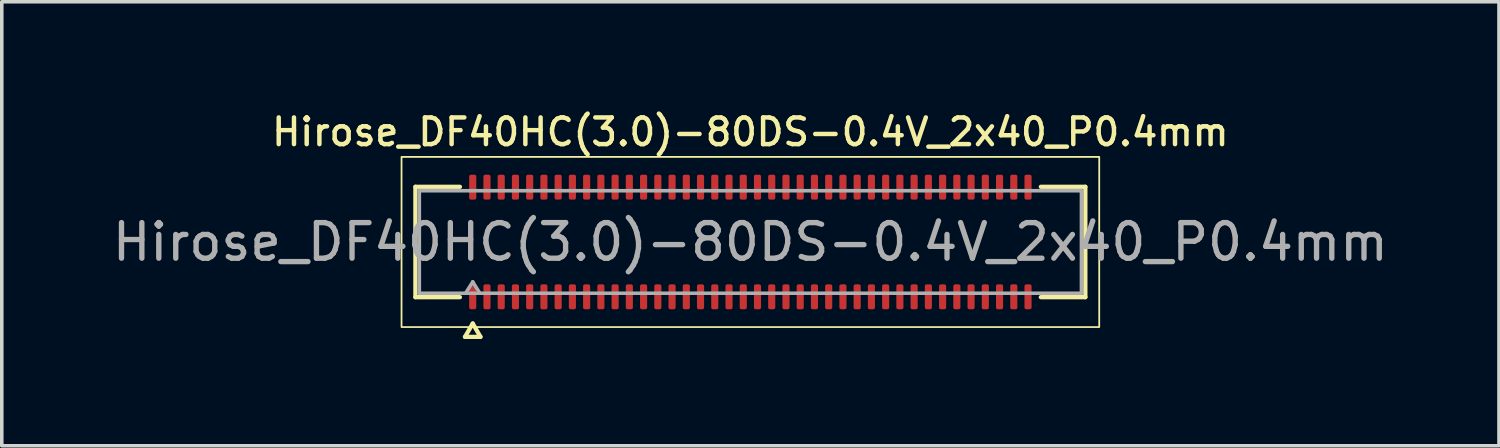
<source format=kicad_pcb>
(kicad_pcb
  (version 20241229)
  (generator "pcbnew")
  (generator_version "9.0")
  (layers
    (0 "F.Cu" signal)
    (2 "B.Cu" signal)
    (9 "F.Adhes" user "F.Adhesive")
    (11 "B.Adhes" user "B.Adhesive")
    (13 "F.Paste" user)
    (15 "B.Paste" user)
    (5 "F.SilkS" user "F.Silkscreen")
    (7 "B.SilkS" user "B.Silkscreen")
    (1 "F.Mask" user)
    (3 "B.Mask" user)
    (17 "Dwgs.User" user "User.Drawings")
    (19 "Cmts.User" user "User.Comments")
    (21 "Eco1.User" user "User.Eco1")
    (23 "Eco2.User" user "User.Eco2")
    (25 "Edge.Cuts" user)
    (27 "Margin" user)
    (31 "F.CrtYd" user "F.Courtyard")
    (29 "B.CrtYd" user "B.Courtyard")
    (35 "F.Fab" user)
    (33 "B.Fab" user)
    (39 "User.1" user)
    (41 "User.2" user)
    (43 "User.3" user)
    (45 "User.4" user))
  (footprint "Hirose_DF40HC(3.0)-80DS-0.4V_2x40_P0.4mm"
    (layer "F.Cu")
    (at 18.03 3.748)
    (property "Reference" "Hirose_DF40HC(3.0)-80DS-0.4V_2x40_P0.4mm" (at 0 -3.09 0) (layer "F.SilkS") (effects (font (size 0.75 0.75) (thickness 0.125))))
    (attr smd)
    (fp_line (start -9.41 -1.55) (end -8.16 -1.55) (stroke (width 0.12) (type solid)) (layer "F.SilkS"))
    (fp_line (start -9.41 1.55) (end -9.41 -1.55) (stroke (width 0.12) (type solid)) (layer "F.SilkS"))
    (fp_line (start -8.16 1.55) (end -9.41 1.55) (stroke (width 0.12) (type solid)) (layer "F.SilkS"))
    (fp_line (start -8.017 2.665) (end -7.8 2.29) (stroke (width 0.12) (type solid)) (layer "F.SilkS"))
    (fp_line (start -7.8 2.29) (end -7.583 2.665) (stroke (width 0.12) (type solid)) (layer "F.SilkS"))
    (fp_line (start -7.583 2.665) (end -8.017 2.665) (stroke (width 0.12) (type solid)) (layer "F.SilkS"))
    (fp_line (start 8.16 -1.55) (end 9.41 -1.55) (stroke (width 0.12) (type solid)) (layer "F.SilkS"))
    (fp_line (start 9.41 -1.55) (end 9.41 1.55) (stroke (width 0.12) (type solid)) (layer "F.SilkS"))
    (fp_line (start 9.41 1.55) (end 8.16 1.55) (stroke (width 0.12) (type solid)) (layer "F.SilkS"))
    (fp_rect (start -9.8 -2.39) (end 9.8 2.39) (stroke (width 0.05) (type solid)) (fill no) (layer "F.SilkS"))
    (fp_line (start -9.3 -1.44) (end 9.3 -1.44) (stroke (width 0.1) (type solid)) (layer "F.Fab"))
    (fp_line (start -9.3 1.44) (end -9.3 -1.44) (stroke (width 0.1) (type solid)) (layer "F.Fab"))
    (fp_line (start -8 1.44) (end -7.8 1.12) (stroke (width 0.1) (type solid)) (layer "F.Fab"))
    (fp_line (start -7.8 1.12) (end -7.6 1.44) (stroke (width 0.1) (type solid)) (layer "F.Fab"))
    (fp_line (start 9.3 -1.44) (end 9.3 1.44) (stroke (width 0.1) (type solid)) (layer "F.Fab"))
    (fp_line (start 9.3 1.44) (end -9.3 1.44) (stroke (width 0.1) (type solid)) (layer "F.Fab"))
    (fp_text user "${REFERENCE}" (at 0 0 0) (layer "F.Fab") (effects (font (size 1 1) (thickness 0.15))))
    (pad "1" smd roundrect (at -7.8 1.54) (size 0.2 0.7) (layers "F.Cu" "F.Mask" "F.Paste") (roundrect_rratio 0.25))
    (pad "2" smd roundrect (at -7.8 -1.54) (size 0.2 0.7) (layers "F.Cu" "F.Mask" "F.Paste") (roundrect_rratio 0.25))
    (pad "3" smd roundrect (at -7.4 1.54) (size 0.2 0.7) (layers "F.Cu" "F.Mask" "F.Paste") (roundrect_rratio 0.25))
    (pad "4" smd roundrect (at -7.4 -1.54) (size 0.2 0.7) (layers "F.Cu" "F.Mask" "F.Paste") (roundrect_rratio 0.25))
    (pad "5" smd roundrect (at -7 1.54) (size 0.2 0.7) (layers "F.Cu" "F.Mask" "F.Paste") (roundrect_rratio 0.25))
    (pad "6" smd roundrect (at -7 -1.54) (size 0.2 0.7) (layers "F.Cu" "F.Mask" "F.Paste") (roundrect_rratio 0.25))
    (pad "7" smd roundrect (at -6.6 1.54) (size 0.2 0.7) (layers "F.Cu" "F.Mask" "F.Paste") (roundrect_rratio 0.25))
    (pad "8" smd roundrect (at -6.6 -1.54) (size 0.2 0.7) (layers "F.Cu" "F.Mask" "F.Paste") (roundrect_rratio 0.25))
    (pad "9" smd roundrect (at -6.2 1.54) (size 0.2 0.7) (layers "F.Cu" "F.Mask" "F.Paste") (roundrect_rratio 0.25))
    (pad "10" smd roundrect (at -6.2 -1.54) (size 0.2 0.7) (layers "F.Cu" "F.Mask" "F.Paste") (roundrect_rratio 0.25))
    (pad "11" smd roundrect (at -5.8 1.54) (size 0.2 0.7) (layers "F.Cu" "F.Mask" "F.Paste") (roundrect_rratio 0.25))
    (pad "12" smd roundrect (at -5.8 -1.54) (size 0.2 0.7) (layers "F.Cu" "F.Mask" "F.Paste") (roundrect_rratio 0.25))
    (pad "13" smd roundrect (at -5.4 1.54) (size 0.2 0.7) (layers "F.Cu" "F.Mask" "F.Paste") (roundrect_rratio 0.25))
    (pad "14" smd roundrect (at -5.4 -1.54) (size 0.2 0.7) (layers "F.Cu" "F.Mask" "F.Paste") (roundrect_rratio 0.25))
    (pad "15" smd roundrect (at -5 1.54) (size 0.2 0.7) (layers "F.Cu" "F.Mask" "F.Paste") (roundrect_rratio 0.25))
    (pad "16" smd roundrect (at -5 -1.54) (size 0.2 0.7) (layers "F.Cu" "F.Mask" "F.Paste") (roundrect_rratio 0.25))
    (pad "17" smd roundrect (at -4.6 1.54) (size 0.2 0.7) (layers "F.Cu" "F.Mask" "F.Paste") (roundrect_rratio 0.25))
    (pad "18" smd roundrect (at -4.6 -1.54) (size 0.2 0.7) (layers "F.Cu" "F.Mask" "F.Paste") (roundrect_rratio 0.25))
    (pad "19" smd roundrect (at -4.2 1.54) (size 0.2 0.7) (layers "F.Cu" "F.Mask" "F.Paste") (roundrect_rratio 0.25))
    (pad "20" smd roundrect (at -4.2 -1.54) (size 0.2 0.7) (layers "F.Cu" "F.Mask" "F.Paste") (roundrect_rratio 0.25))
    (pad "21" smd roundrect (at -3.8 1.54) (size 0.2 0.7) (layers "F.Cu" "F.Mask" "F.Paste") (roundrect_rratio 0.25))
    (pad "22" smd roundrect (at -3.8 -1.54) (size 0.2 0.7) (layers "F.Cu" "F.Mask" "F.Paste") (roundrect_rratio 0.25))
    (pad "23" smd roundrect (at -3.4 1.54) (size 0.2 0.7) (layers "F.Cu" "F.Mask" "F.Paste") (roundrect_rratio 0.25))
    (pad "24" smd roundrect (at -3.4 -1.54) (size 0.2 0.7) (layers "F.Cu" "F.Mask" "F.Paste") (roundrect_rratio 0.25))
    (pad "25" smd roundrect (at -3 1.54) (size 0.2 0.7) (layers "F.Cu" "F.Mask" "F.Paste") (roundrect_rratio 0.25))
    (pad "26" smd roundrect (at -3 -1.54) (size 0.2 0.7) (layers "F.Cu" "F.Mask" "F.Paste") (roundrect_rratio 0.25))
    (pad "27" smd roundrect (at -2.6 1.54) (size 0.2 0.7) (layers "F.Cu" "F.Mask" "F.Paste") (roundrect_rratio 0.25))
    (pad "28" smd roundrect (at -2.6 -1.54) (size 0.2 0.7) (layers "F.Cu" "F.Mask" "F.Paste") (roundrect_rratio 0.25))
    (pad "29" smd roundrect (at -2.2 1.54) (size 0.2 0.7) (layers "F.Cu" "F.Mask" "F.Paste") (roundrect_rratio 0.25))
    (pad "30" smd roundrect (at -2.2 -1.54) (size 0.2 0.7) (layers "F.Cu" "F.Mask" "F.Paste") (roundrect_rratio 0.25))
    (pad "31" smd roundrect (at -1.8 1.54) (size 0.2 0.7) (layers "F.Cu" "F.Mask" "F.Paste") (roundrect_rratio 0.25))
    (pad "32" smd roundrect (at -1.8 -1.54) (size 0.2 0.7) (layers "F.Cu" "F.Mask" "F.Paste") (roundrect_rratio 0.25))
    (pad "33" smd roundrect (at -1.4 1.54) (size 0.2 0.7) (layers "F.Cu" "F.Mask" "F.Paste") (roundrect_rratio 0.25))
    (pad "34" smd roundrect (at -1.4 -1.54) (size 0.2 0.7) (layers "F.Cu" "F.Mask" "F.Paste") (roundrect_rratio 0.25))
    (pad "35" smd roundrect (at -1 1.54) (size 0.2 0.7) (layers "F.Cu" "F.Mask" "F.Paste") (roundrect_rratio 0.25))
    (pad "36" smd roundrect (at -1 -1.54) (size 0.2 0.7) (layers "F.Cu" "F.Mask" "F.Paste") (roundrect_rratio 0.25))
    (pad "37" smd roundrect (at -0.6 1.54) (size 0.2 0.7) (layers "F.Cu" "F.Mask" "F.Paste") (roundrect_rratio 0.25))
    (pad "38" smd roundrect (at -0.6 -1.54) (size 0.2 0.7) (layers "F.Cu" "F.Mask" "F.Paste") (roundrect_rratio 0.25))
    (pad "39" smd roundrect (at -0.2 1.54) (size 0.2 0.7) (layers "F.Cu" "F.Mask" "F.Paste") (roundrect_rratio 0.25))
    (pad "40" smd roundrect (at -0.2 -1.54) (size 0.2 0.7) (layers "F.Cu" "F.Mask" "F.Paste") (roundrect_rratio 0.25))
    (pad "41" smd roundrect (at 0.2 1.54) (size 0.2 0.7) (layers "F.Cu" "F.Mask" "F.Paste") (roundrect_rratio 0.25))
    (pad "42" smd roundrect (at 0.2 -1.54) (size 0.2 0.7) (layers "F.Cu" "F.Mask" "F.Paste") (roundrect_rratio 0.25))
    (pad "43" smd roundrect (at 0.6 1.54) (size 0.2 0.7) (layers "F.Cu" "F.Mask" "F.Paste") (roundrect_rratio 0.25))
    (pad "44" smd roundrect (at 0.6 -1.54) (size 0.2 0.7) (layers "F.Cu" "F.Mask" "F.Paste") (roundrect_rratio 0.25))
    (pad "45" smd roundrect (at 1 1.54) (size 0.2 0.7) (layers "F.Cu" "F.Mask" "F.Paste") (roundrect_rratio 0.25))
    (pad "46" smd roundrect (at 1 -1.54) (size 0.2 0.7) (layers "F.Cu" "F.Mask" "F.Paste") (roundrect_rratio 0.25))
    (pad "47" smd roundrect (at 1.4 1.54) (size 0.2 0.7) (layers "F.Cu" "F.Mask" "F.Paste") (roundrect_rratio 0.25))
    (pad "48" smd roundrect (at 1.4 -1.54) (size 0.2 0.7) (layers "F.Cu" "F.Mask" "F.Paste") (roundrect_rratio 0.25))
    (pad "49" smd roundrect (at 1.8 1.54) (size 0.2 0.7) (layers "F.Cu" "F.Mask" "F.Paste") (roundrect_rratio 0.25))
    (pad "50" smd roundrect (at 1.8 -1.54) (size 0.2 0.7) (layers "F.Cu" "F.Mask" "F.Paste") (roundrect_rratio 0.25))
    (pad "51" smd roundrect (at 2.2 1.54) (size 0.2 0.7) (layers "F.Cu" "F.Mask" "F.Paste") (roundrect_rratio 0.25))
    (pad "52" smd roundrect (at 2.2 -1.54) (size 0.2 0.7) (layers "F.Cu" "F.Mask" "F.Paste") (roundrect_rratio 0.25))
    (pad "53" smd roundrect (at 2.6 1.54) (size 0.2 0.7) (layers "F.Cu" "F.Mask" "F.Paste") (roundrect_rratio 0.25))
    (pad "54" smd roundrect (at 2.6 -1.54) (size 0.2 0.7) (layers "F.Cu" "F.Mask" "F.Paste") (roundrect_rratio 0.25))
    (pad "55" smd roundrect (at 3 1.54) (size 0.2 0.7) (layers "F.Cu" "F.Mask" "F.Paste") (roundrect_rratio 0.25))
    (pad "56" smd roundrect (at 3 -1.54) (size 0.2 0.7) (layers "F.Cu" "F.Mask" "F.Paste") (roundrect_rratio 0.25))
    (pad "57" smd roundrect (at 3.4 1.54) (size 0.2 0.7) (layers "F.Cu" "F.Mask" "F.Paste") (roundrect_rratio 0.25))
    (pad "58" smd roundrect (at 3.4 -1.54) (size 0.2 0.7) (layers "F.Cu" "F.Mask" "F.Paste") (roundrect_rratio 0.25))
    (pad "59" smd roundrect (at 3.8 1.54) (size 0.2 0.7) (layers "F.Cu" "F.Mask" "F.Paste") (roundrect_rratio 0.25))
    (pad "60" smd roundrect (at 3.8 -1.54) (size 0.2 0.7) (layers "F.Cu" "F.Mask" "F.Paste") (roundrect_rratio 0.25))
    (pad "61" smd roundrect (at 4.2 1.54) (size 0.2 0.7) (layers "F.Cu" "F.Mask" "F.Paste") (roundrect_rratio 0.25))
    (pad "62" smd roundrect (at 4.2 -1.54) (size 0.2 0.7) (layers "F.Cu" "F.Mask" "F.Paste") (roundrect_rratio 0.25))
    (pad "63" smd roundrect (at 4.6 1.54) (size 0.2 0.7) (layers "F.Cu" "F.Mask" "F.Paste") (roundrect_rratio 0.25))
    (pad "64" smd roundrect (at 4.6 -1.54) (size 0.2 0.7) (layers "F.Cu" "F.Mask" "F.Paste") (roundrect_rratio 0.25))
    (pad "65" smd roundrect (at 5 1.54) (size 0.2 0.7) (layers "F.Cu" "F.Mask" "F.Paste") (roundrect_rratio 0.25))
    (pad "66" smd roundrect (at 5 -1.54) (size 0.2 0.7) (layers "F.Cu" "F.Mask" "F.Paste") (roundrect_rratio 0.25))
    (pad "67" smd roundrect (at 5.4 1.54) (size 0.2 0.7) (layers "F.Cu" "F.Mask" "F.Paste") (roundrect_rratio 0.25))
    (pad "68" smd roundrect (at 5.4 -1.54) (size 0.2 0.7) (layers "F.Cu" "F.Mask" "F.Paste") (roundrect_rratio 0.25))
    (pad "69" smd roundrect (at 5.8 1.54) (size 0.2 0.7) (layers "F.Cu" "F.Mask" "F.Paste") (roundrect_rratio 0.25))
    (pad "70" smd roundrect (at 5.8 -1.54) (size 0.2 0.7) (layers "F.Cu" "F.Mask" "F.Paste") (roundrect_rratio 0.25))
    (pad "71" smd roundrect (at 6.2 1.54) (size 0.2 0.7) (layers "F.Cu" "F.Mask" "F.Paste") (roundrect_rratio 0.25))
    (pad "72" smd roundrect (at 6.2 -1.54) (size 0.2 0.7) (layers "F.Cu" "F.Mask" "F.Paste") (roundrect_rratio 0.25))
    (pad "73" smd roundrect (at 6.6 1.54) (size 0.2 0.7) (layers "F.Cu" "F.Mask" "F.Paste") (roundrect_rratio 0.25))
    (pad "74" smd roundrect (at 6.6 -1.54) (size 0.2 0.7) (layers "F.Cu" "F.Mask" "F.Paste") (roundrect_rratio 0.25))
    (pad "75" smd roundrect (at 7 1.54) (size 0.2 0.7) (layers "F.Cu" "F.Mask" "F.Paste") (roundrect_rratio 0.25))
    (pad "76" smd roundrect (at 7 -1.54) (size 0.2 0.7) (layers "F.Cu" "F.Mask" "F.Paste") (roundrect_rratio 0.25))
    (pad "77" smd roundrect (at 7.4 1.54) (size 0.2 0.7) (layers "F.Cu" "F.Mask" "F.Paste") (roundrect_rratio 0.25))
    (pad "78" smd roundrect (at 7.4 -1.54) (size 0.2 0.7) (layers "F.Cu" "F.Mask" "F.Paste") (roundrect_rratio 0.25))
    (pad "79" smd roundrect (at 7.8 1.54) (size 0.2 0.7) (layers "F.Cu" "F.Mask" "F.Paste") (roundrect_rratio 0.25))
    (pad "80" smd roundrect (at 7.8 -1.54) (size 0.2 0.7) (layers "F.Cu" "F.Mask" "F.Paste") (roundrect_rratio 0.25)))
  (gr_rect
    (start -3 -3)
    (end 39.06 9.473)
    (stroke (width 0.1) (type default))
    (fill no)
    (layer "Edge.Cuts")))
</source>
